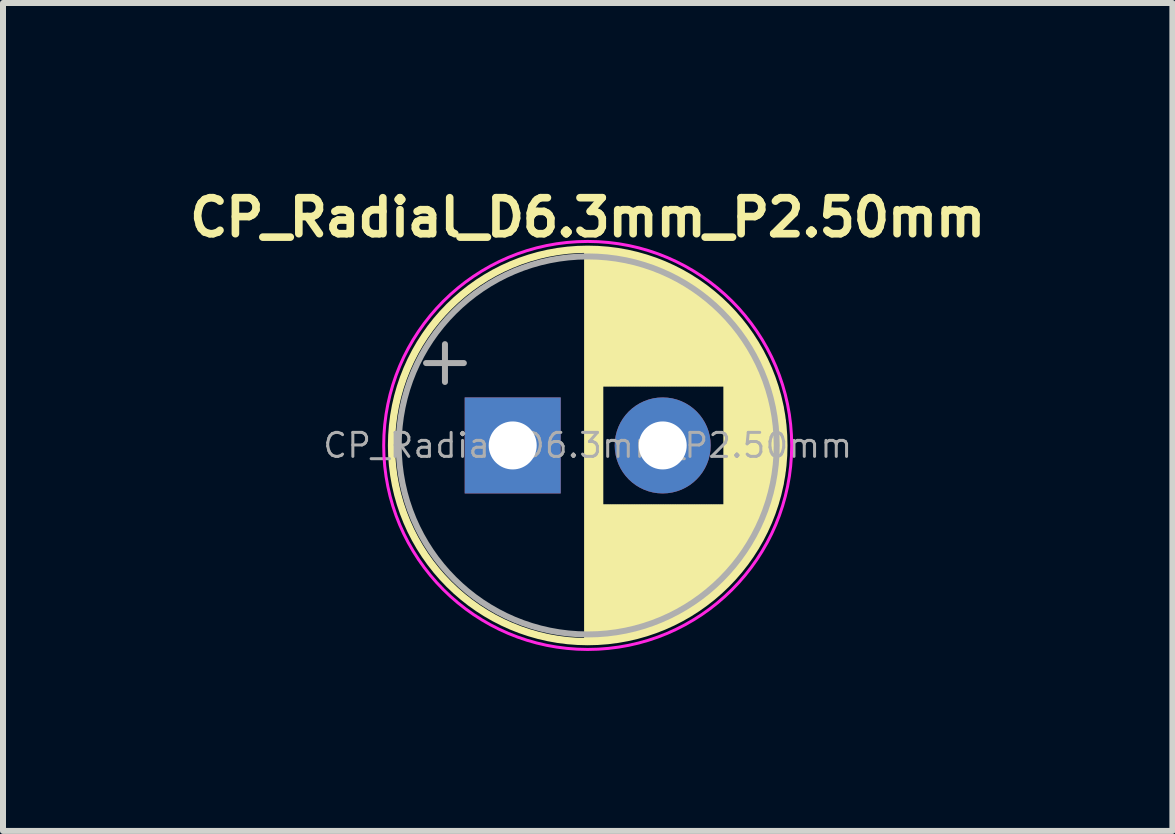
<source format=kicad_pcb>
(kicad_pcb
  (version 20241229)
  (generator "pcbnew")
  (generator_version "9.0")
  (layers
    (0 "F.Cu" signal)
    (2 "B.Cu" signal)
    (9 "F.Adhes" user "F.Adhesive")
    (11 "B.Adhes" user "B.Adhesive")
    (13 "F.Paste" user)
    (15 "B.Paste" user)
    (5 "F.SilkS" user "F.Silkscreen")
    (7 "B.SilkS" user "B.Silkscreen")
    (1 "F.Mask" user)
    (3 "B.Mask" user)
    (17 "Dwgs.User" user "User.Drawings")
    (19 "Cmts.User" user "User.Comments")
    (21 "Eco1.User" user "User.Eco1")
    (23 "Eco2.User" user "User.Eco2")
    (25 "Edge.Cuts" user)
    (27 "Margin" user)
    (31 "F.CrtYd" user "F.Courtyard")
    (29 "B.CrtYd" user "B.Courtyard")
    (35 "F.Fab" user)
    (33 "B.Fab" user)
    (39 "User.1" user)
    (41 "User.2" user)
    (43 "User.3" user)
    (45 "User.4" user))
  (footprint "CP_Radial_D6.3mm_P2.50mm"
    (layer "F.Cu")
    (at 6.745 4.374)
    (property "Reference" "CP_Radial_D6.3mm_P2.50mm" (at 0 -3.8 0) (layer "F.SilkS") (effects (font (size 0.6 0.6) (thickness 0.127))))
    (attr through_hole)
    (fp_line (start 0 -3.23) (end 0 3.23) (stroke (width 0.12) (type solid)) (layer "F.SilkS"))
    (fp_line (start 0.04 -3.23) (end 0.04 3.23) (stroke (width 0.12) (type solid)) (layer "F.SilkS"))
    (fp_line (start 0.08 -3.23) (end 0.08 3.23) (stroke (width 0.12) (type solid)) (layer "F.SilkS"))
    (fp_line (start 0.12 -3.228) (end 0.12 3.228) (stroke (width 0.12) (type solid)) (layer "F.SilkS"))
    (fp_line (start 0.16 -3.227) (end 0.16 3.227) (stroke (width 0.12) (type solid)) (layer "F.SilkS"))
    (fp_line (start 0.2 -3.224) (end 0.2 3.224) (stroke (width 0.12) (type solid)) (layer "F.SilkS"))
    (fp_line (start 0.24 -3.222) (end 0.24 -1.04) (stroke (width 0.12) (type solid)) (layer "F.SilkS"))
    (fp_line (start 0.24 1.04) (end 0.24 3.222) (stroke (width 0.12) (type solid)) (layer "F.SilkS"))
    (fp_line (start 0.28 -3.218) (end 0.28 -1.04) (stroke (width 0.12) (type solid)) (layer "F.SilkS"))
    (fp_line (start 0.28 1.04) (end 0.28 3.218) (stroke (width 0.12) (type solid)) (layer "F.SilkS"))
    (fp_line (start 0.32 -3.215) (end 0.32 -1.04) (stroke (width 0.12) (type solid)) (layer "F.SilkS"))
    (fp_line (start 0.32 1.04) (end 0.32 3.215) (stroke (width 0.12) (type solid)) (layer "F.SilkS"))
    (fp_line (start 0.36 -3.211) (end 0.36 -1.04) (stroke (width 0.12) (type solid)) (layer "F.SilkS"))
    (fp_line (start 0.36 1.04) (end 0.36 3.211) (stroke (width 0.12) (type solid)) (layer "F.SilkS"))
    (fp_line (start 0.4 -3.206) (end 0.4 -1.04) (stroke (width 0.12) (type solid)) (layer "F.SilkS"))
    (fp_line (start 0.4 1.04) (end 0.4 3.206) (stroke (width 0.12) (type solid)) (layer "F.SilkS"))
    (fp_line (start 0.44 -3.201) (end 0.44 -1.04) (stroke (width 0.12) (type solid)) (layer "F.SilkS"))
    (fp_line (start 0.44 1.04) (end 0.44 3.201) (stroke (width 0.12) (type solid)) (layer "F.SilkS"))
    (fp_line (start 0.48 -3.195) (end 0.48 -1.04) (stroke (width 0.12) (type solid)) (layer "F.SilkS"))
    (fp_line (start 0.48 1.04) (end 0.48 3.195) (stroke (width 0.12) (type solid)) (layer "F.SilkS"))
    (fp_line (start 0.52 -3.189) (end 0.52 -1.04) (stroke (width 0.12) (type solid)) (layer "F.SilkS"))
    (fp_line (start 0.52 1.04) (end 0.52 3.189) (stroke (width 0.12) (type solid)) (layer "F.SilkS"))
    (fp_line (start 0.56 -3.182) (end 0.56 -1.04) (stroke (width 0.12) (type solid)) (layer "F.SilkS"))
    (fp_line (start 0.56 1.04) (end 0.56 3.182) (stroke (width 0.12) (type solid)) (layer "F.SilkS"))
    (fp_line (start 0.6 -3.175) (end 0.6 -1.04) (stroke (width 0.12) (type solid)) (layer "F.SilkS"))
    (fp_line (start 0.6 1.04) (end 0.6 3.175) (stroke (width 0.12) (type solid)) (layer "F.SilkS"))
    (fp_line (start 0.64 -3.167) (end 0.64 -1.04) (stroke (width 0.12) (type solid)) (layer "F.SilkS"))
    (fp_line (start 0.64 1.04) (end 0.64 3.167) (stroke (width 0.12) (type solid)) (layer "F.SilkS"))
    (fp_line (start 0.68 -3.159) (end 0.68 -1.04) (stroke (width 0.12) (type solid)) (layer "F.SilkS"))
    (fp_line (start 0.68 1.04) (end 0.68 3.159) (stroke (width 0.12) (type solid)) (layer "F.SilkS"))
    (fp_line (start 0.721 -3.15) (end 0.721 -1.04) (stroke (width 0.12) (type solid)) (layer "F.SilkS"))
    (fp_line (start 0.721 1.04) (end 0.721 3.15) (stroke (width 0.12) (type solid)) (layer "F.SilkS"))
    (fp_line (start 0.761 -3.141) (end 0.761 -1.04) (stroke (width 0.12) (type solid)) (layer "F.SilkS"))
    (fp_line (start 0.761 1.04) (end 0.761 3.141) (stroke (width 0.12) (type solid)) (layer "F.SilkS"))
    (fp_line (start 0.801 -3.131) (end 0.801 -1.04) (stroke (width 0.12) (type solid)) (layer "F.SilkS"))
    (fp_line (start 0.801 1.04) (end 0.801 3.131) (stroke (width 0.12) (type solid)) (layer "F.SilkS"))
    (fp_line (start 0.841 -3.121) (end 0.841 -1.04) (stroke (width 0.12) (type solid)) (layer "F.SilkS"))
    (fp_line (start 0.841 1.04) (end 0.841 3.121) (stroke (width 0.12) (type solid)) (layer "F.SilkS"))
    (fp_line (start 0.881 -3.11) (end 0.881 -1.04) (stroke (width 0.12) (type solid)) (layer "F.SilkS"))
    (fp_line (start 0.881 1.04) (end 0.881 3.11) (stroke (width 0.12) (type solid)) (layer "F.SilkS"))
    (fp_line (start 0.921 -3.098) (end 0.921 -1.04) (stroke (width 0.12) (type solid)) (layer "F.SilkS"))
    (fp_line (start 0.921 1.04) (end 0.921 3.098) (stroke (width 0.12) (type solid)) (layer "F.SilkS"))
    (fp_line (start 0.961 -3.086) (end 0.961 -1.04) (stroke (width 0.12) (type solid)) (layer "F.SilkS"))
    (fp_line (start 0.961 1.04) (end 0.961 3.086) (stroke (width 0.12) (type solid)) (layer "F.SilkS"))
    (fp_line (start 1.001 -3.074) (end 1.001 -1.04) (stroke (width 0.12) (type solid)) (layer "F.SilkS"))
    (fp_line (start 1.001 1.04) (end 1.001 3.074) (stroke (width 0.12) (type solid)) (layer "F.SilkS"))
    (fp_line (start 1.041 -3.061) (end 1.041 -1.04) (stroke (width 0.12) (type solid)) (layer "F.SilkS"))
    (fp_line (start 1.041 1.04) (end 1.041 3.061) (stroke (width 0.12) (type solid)) (layer "F.SilkS"))
    (fp_line (start 1.081 -3.047) (end 1.081 -1.04) (stroke (width 0.12) (type solid)) (layer "F.SilkS"))
    (fp_line (start 1.081 1.04) (end 1.081 3.047) (stroke (width 0.12) (type solid)) (layer "F.SilkS"))
    (fp_line (start 1.121 -3.033) (end 1.121 -1.04) (stroke (width 0.12) (type solid)) (layer "F.SilkS"))
    (fp_line (start 1.121 1.04) (end 1.121 3.033) (stroke (width 0.12) (type solid)) (layer "F.SilkS"))
    (fp_line (start 1.161 -3.018) (end 1.161 -1.04) (stroke (width 0.12) (type solid)) (layer "F.SilkS"))
    (fp_line (start 1.161 1.04) (end 1.161 3.018) (stroke (width 0.12) (type solid)) (layer "F.SilkS"))
    (fp_line (start 1.201 -3.002) (end 1.201 -1.04) (stroke (width 0.12) (type solid)) (layer "F.SilkS"))
    (fp_line (start 1.201 1.04) (end 1.201 3.002) (stroke (width 0.12) (type solid)) (layer "F.SilkS"))
    (fp_line (start 1.241 -2.986) (end 1.241 -1.04) (stroke (width 0.12) (type solid)) (layer "F.SilkS"))
    (fp_line (start 1.241 1.04) (end 1.241 2.986) (stroke (width 0.12) (type solid)) (layer "F.SilkS"))
    (fp_line (start 1.281 -2.97) (end 1.281 -1.04) (stroke (width 0.12) (type solid)) (layer "F.SilkS"))
    (fp_line (start 1.281 1.04) (end 1.281 2.97) (stroke (width 0.12) (type solid)) (layer "F.SilkS"))
    (fp_line (start 1.321 -2.952) (end 1.321 -1.04) (stroke (width 0.12) (type solid)) (layer "F.SilkS"))
    (fp_line (start 1.321 1.04) (end 1.321 2.952) (stroke (width 0.12) (type solid)) (layer "F.SilkS"))
    (fp_line (start 1.361 -2.934) (end 1.361 -1.04) (stroke (width 0.12) (type solid)) (layer "F.SilkS"))
    (fp_line (start 1.361 1.04) (end 1.361 2.934) (stroke (width 0.12) (type solid)) (layer "F.SilkS"))
    (fp_line (start 1.401 -2.916) (end 1.401 -1.04) (stroke (width 0.12) (type solid)) (layer "F.SilkS"))
    (fp_line (start 1.401 1.04) (end 1.401 2.916) (stroke (width 0.12) (type solid)) (layer "F.SilkS"))
    (fp_line (start 1.441 -2.896) (end 1.441 -1.04) (stroke (width 0.12) (type solid)) (layer "F.SilkS"))
    (fp_line (start 1.441 1.04) (end 1.441 2.896) (stroke (width 0.12) (type solid)) (layer "F.SilkS"))
    (fp_line (start 1.481 -2.876) (end 1.481 -1.04) (stroke (width 0.12) (type solid)) (layer "F.SilkS"))
    (fp_line (start 1.481 1.04) (end 1.481 2.876) (stroke (width 0.12) (type solid)) (layer "F.SilkS"))
    (fp_line (start 1.521 -2.856) (end 1.521 -1.04) (stroke (width 0.12) (type solid)) (layer "F.SilkS"))
    (fp_line (start 1.521 1.04) (end 1.521 2.856) (stroke (width 0.12) (type solid)) (layer "F.SilkS"))
    (fp_line (start 1.561 -2.834) (end 1.561 -1.04) (stroke (width 0.12) (type solid)) (layer "F.SilkS"))
    (fp_line (start 1.561 1.04) (end 1.561 2.834) (stroke (width 0.12) (type solid)) (layer "F.SilkS"))
    (fp_line (start 1.601 -2.812) (end 1.601 -1.04) (stroke (width 0.12) (type solid)) (layer "F.SilkS"))
    (fp_line (start 1.601 1.04) (end 1.601 2.812) (stroke (width 0.12) (type solid)) (layer "F.SilkS"))
    (fp_line (start 1.641 -2.79) (end 1.641 -1.04) (stroke (width 0.12) (type solid)) (layer "F.SilkS"))
    (fp_line (start 1.641 1.04) (end 1.641 2.79) (stroke (width 0.12) (type solid)) (layer "F.SilkS"))
    (fp_line (start 1.681 -2.766) (end 1.681 -1.04) (stroke (width 0.12) (type solid)) (layer "F.SilkS"))
    (fp_line (start 1.681 1.04) (end 1.681 2.766) (stroke (width 0.12) (type solid)) (layer "F.SilkS"))
    (fp_line (start 1.721 -2.742) (end 1.721 -1.04) (stroke (width 0.12) (type solid)) (layer "F.SilkS"))
    (fp_line (start 1.721 1.04) (end 1.721 2.742) (stroke (width 0.12) (type solid)) (layer "F.SilkS"))
    (fp_line (start 1.761 -2.716) (end 1.761 -1.04) (stroke (width 0.12) (type solid)) (layer "F.SilkS"))
    (fp_line (start 1.761 1.04) (end 1.761 2.716) (stroke (width 0.12) (type solid)) (layer "F.SilkS"))
    (fp_line (start 1.801 -2.69) (end 1.801 -1.04) (stroke (width 0.12) (type solid)) (layer "F.SilkS"))
    (fp_line (start 1.801 1.04) (end 1.801 2.69) (stroke (width 0.12) (type solid)) (layer "F.SilkS"))
    (fp_line (start 1.841 -2.664) (end 1.841 -1.04) (stroke (width 0.12) (type solid)) (layer "F.SilkS"))
    (fp_line (start 1.841 1.04) (end 1.841 2.664) (stroke (width 0.12) (type solid)) (layer "F.SilkS"))
    (fp_line (start 1.881 -2.636) (end 1.881 -1.04) (stroke (width 0.12) (type solid)) (layer "F.SilkS"))
    (fp_line (start 1.881 1.04) (end 1.881 2.636) (stroke (width 0.12) (type solid)) (layer "F.SilkS"))
    (fp_line (start 1.921 -2.607) (end 1.921 -1.04) (stroke (width 0.12) (type solid)) (layer "F.SilkS"))
    (fp_line (start 1.921 1.04) (end 1.921 2.607) (stroke (width 0.12) (type solid)) (layer "F.SilkS"))
    (fp_line (start 1.961 -2.578) (end 1.961 -1.04) (stroke (width 0.12) (type solid)) (layer "F.SilkS"))
    (fp_line (start 1.961 1.04) (end 1.961 2.578) (stroke (width 0.12) (type solid)) (layer "F.SilkS"))
    (fp_line (start 2.001 -2.548) (end 2.001 -1.04) (stroke (width 0.12) (type solid)) (layer "F.SilkS"))
    (fp_line (start 2.001 1.04) (end 2.001 2.548) (stroke (width 0.12) (type solid)) (layer "F.SilkS"))
    (fp_line (start 2.041 -2.516) (end 2.041 -1.04) (stroke (width 0.12) (type solid)) (layer "F.SilkS"))
    (fp_line (start 2.041 1.04) (end 2.041 2.516) (stroke (width 0.12) (type solid)) (layer "F.SilkS"))
    (fp_line (start 2.081 -2.484) (end 2.081 -1.04) (stroke (width 0.12) (type solid)) (layer "F.SilkS"))
    (fp_line (start 2.081 1.04) (end 2.081 2.484) (stroke (width 0.12) (type solid)) (layer "F.SilkS"))
    (fp_line (start 2.121 -2.45) (end 2.121 -1.04) (stroke (width 0.12) (type solid)) (layer "F.SilkS"))
    (fp_line (start 2.121 1.04) (end 2.121 2.45) (stroke (width 0.12) (type solid)) (layer "F.SilkS"))
    (fp_line (start 2.161 -2.416) (end 2.161 -1.04) (stroke (width 0.12) (type solid)) (layer "F.SilkS"))
    (fp_line (start 2.161 1.04) (end 2.161 2.416) (stroke (width 0.12) (type solid)) (layer "F.SilkS"))
    (fp_line (start 2.201 -2.38) (end 2.201 -1.04) (stroke (width 0.12) (type solid)) (layer "F.SilkS"))
    (fp_line (start 2.201 1.04) (end 2.201 2.38) (stroke (width 0.12) (type solid)) (layer "F.SilkS"))
    (fp_line (start 2.241 -2.343) (end 2.241 -1.04) (stroke (width 0.12) (type solid)) (layer "F.SilkS"))
    (fp_line (start 2.241 1.04) (end 2.241 2.343) (stroke (width 0.12) (type solid)) (layer "F.SilkS"))
    (fp_line (start 2.281 -2.305) (end 2.281 -1.04) (stroke (width 0.12) (type solid)) (layer "F.SilkS"))
    (fp_line (start 2.281 1.04) (end 2.281 2.305) (stroke (width 0.12) (type solid)) (layer "F.SilkS"))
    (fp_line (start 2.321 -2.265) (end 2.321 2.265) (stroke (width 0.12) (type solid)) (layer "F.SilkS"))
    (fp_line (start 2.361 -2.224) (end 2.361 2.224) (stroke (width 0.12) (type solid)) (layer "F.SilkS"))
    (fp_line (start 2.401 -2.182) (end 2.401 2.182) (stroke (width 0.12) (type solid)) (layer "F.SilkS"))
    (fp_line (start 2.441 -2.137) (end 2.441 2.137) (stroke (width 0.12) (type solid)) (layer "F.SilkS"))
    (fp_line (start 2.481 -2.092) (end 2.481 2.092) (stroke (width 0.12) (type solid)) (layer "F.SilkS"))
    (fp_line (start 2.521 -2.044) (end 2.521 2.044) (stroke (width 0.12) (type solid)) (layer "F.SilkS"))
    (fp_line (start 2.561 -1.995) (end 2.561 1.995) (stroke (width 0.12) (type solid)) (layer "F.SilkS"))
    (fp_line (start 2.601 -1.944) (end 2.601 1.944) (stroke (width 0.12) (type solid)) (layer "F.SilkS"))
    (fp_line (start 2.641 -1.89) (end 2.641 1.89) (stroke (width 0.12) (type solid)) (layer "F.SilkS"))
    (fp_line (start 2.681 -1.834) (end 2.681 1.834) (stroke (width 0.12) (type solid)) (layer "F.SilkS"))
    (fp_line (start 2.721 -1.776) (end 2.721 1.776) (stroke (width 0.12) (type solid)) (layer "F.SilkS"))
    (fp_line (start 2.761 -1.714) (end 2.761 1.714) (stroke (width 0.12) (type solid)) (layer "F.SilkS"))
    (fp_line (start 2.801 -1.65) (end 2.801 1.65) (stroke (width 0.12) (type solid)) (layer "F.SilkS"))
    (fp_line (start 2.841 -1.581) (end 2.841 1.581) (stroke (width 0.12) (type solid)) (layer "F.SilkS"))
    (fp_line (start 2.881 -1.509) (end 2.881 1.509) (stroke (width 0.12) (type solid)) (layer "F.SilkS"))
    (fp_line (start 2.921 -1.432) (end 2.921 1.432) (stroke (width 0.12) (type solid)) (layer "F.SilkS"))
    (fp_line (start 2.961 -1.35) (end 2.961 1.35) (stroke (width 0.12) (type solid)) (layer "F.SilkS"))
    (fp_line (start 3.001 -1.262) (end 3.001 1.262) (stroke (width 0.12) (type solid)) (layer "F.SilkS"))
    (fp_line (start 3.041 -1.165) (end 3.041 1.165) (stroke (width 0.12) (type solid)) (layer "F.SilkS"))
    (fp_line (start 3.081 -1.059) (end 3.081 1.059) (stroke (width 0.12) (type solid)) (layer "F.SilkS"))
    (fp_line (start 3.121 -0.94) (end 3.121 0.94) (stroke (width 0.12) (type solid)) (layer "F.SilkS"))
    (fp_line (start 3.161 -0.802) (end 3.161 0.802) (stroke (width 0.12) (type solid)) (layer "F.SilkS"))
    (fp_line (start 3.201 -0.633) (end 3.201 0.633) (stroke (width 0.12) (type solid)) (layer "F.SilkS"))
    (fp_line (start 3.241 -0.402) (end 3.241 0.402) (stroke (width 0.12) (type solid)) (layer "F.SilkS"))
    (fp_circle (center 0 0) (end 3.27 0) (stroke (width 0.12) (type solid)) (fill no) (layer "F.SilkS"))
    (fp_circle (center 0 0) (end 3.4 0) (stroke (width 0.05) (type solid)) (fill no) (layer "F.CrtYd"))
    (fp_line (start -2.694 -1.373) (end -2.064 -1.373) (stroke (width 0.1) (type solid)) (layer "F.Fab"))
    (fp_line (start -2.379 -1.688) (end -2.379 -1.058) (stroke (width 0.1) (type solid)) (layer "F.Fab"))
    (fp_circle (center 0 0) (end 3.15 0) (stroke (width 0.1) (type solid)) (fill no) (layer "F.Fab"))
    (fp_text user "${REFERENCE}" (at 0 0 0) (layer "F.Fab") (effects (font (size 0.4 0.4) (thickness 0.05))))
    (pad "1" thru_hole rect (at -1.25 0) (size 1.6 1.6) (drill 0.8) (layers "*.Cu" "*.Mask"))
    (pad "2" thru_hole circle (at 1.25 0) (size 1.6 1.6) (drill 0.8) (layers "*.Cu" "*.Mask")))
  (gr_rect
    (start -3 -3)
    (end 16.49 10.799)
    (stroke (width 0.1) (type default))
    (fill no)
    (layer "Edge.Cuts")))
</source>
